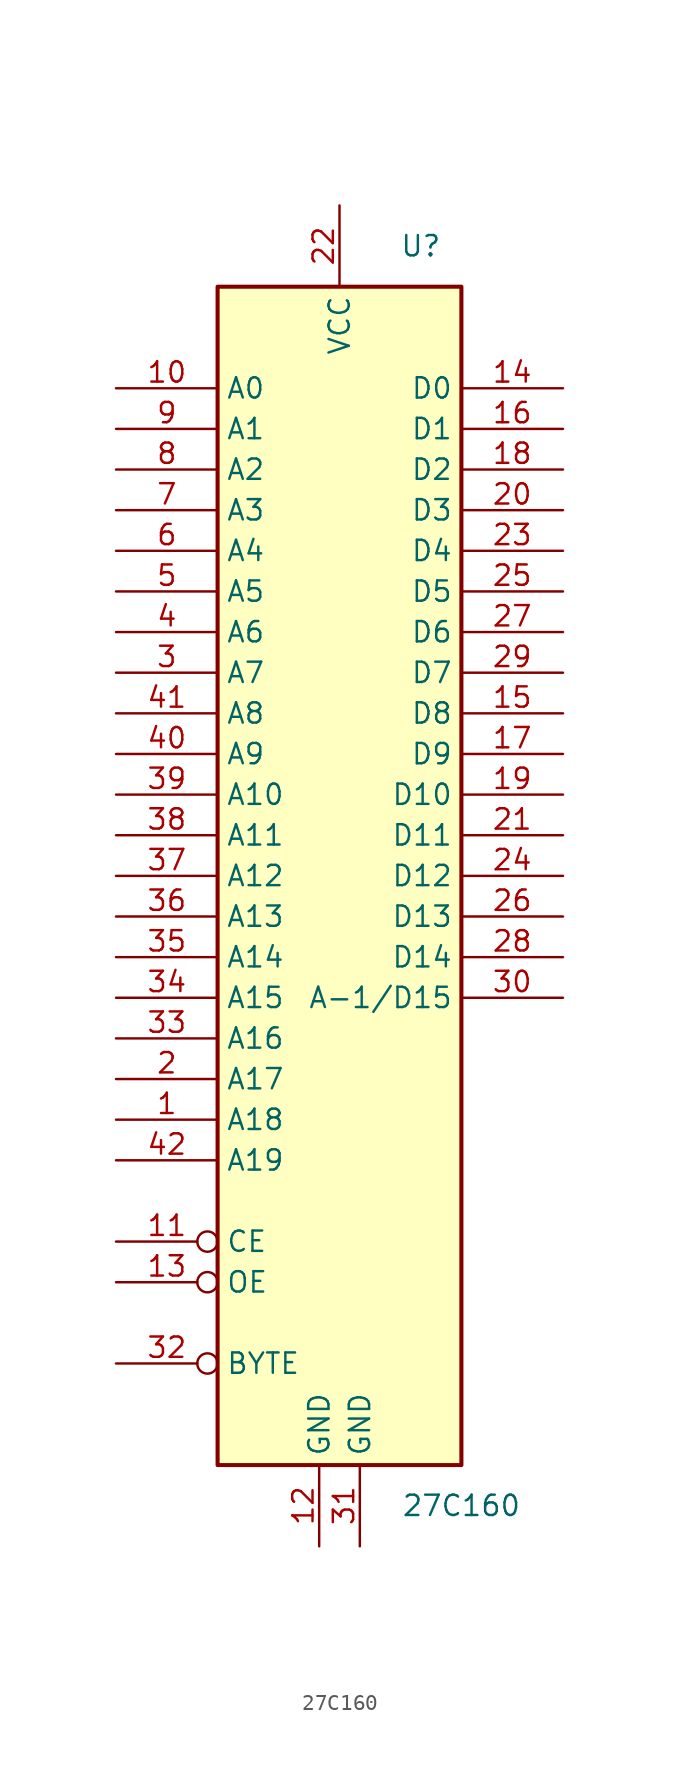
<source format=kicad_sym>
(kicad_symbol_lib
  (version 20220914)
  (generator kicad_symbol_editor)
  (symbol "27C160"
    (property "Reference" "U"
      (at 5.08 38.1 0)
      (effects (font (size 1.27 1.27))))
    (property "Value" "27C160"
      (at 7.62 -40.64 0)
      (effects (font (size 1.27 1.27))))
    (symbol "27C160_1_1"
      (rectangle (start -7.62 35.56) (end 7.62 -38.1) (stroke (width 0.254) (type default)) (fill (type background)))
      (pin input line (at -13.97 -16.51 0) (length 6.35) (name "A18" (effects (font (size 1.27 1.27)))) (number "1" (effects (font (size 1.27 1.27)))))
      (pin input line (at -13.97 29.21 0) (length 6.35) (name "A0" (effects (font (size 1.27 1.27)))) (number "10" (effects (font (size 1.27 1.27)))))
      (pin input inverted (at -13.97 -24.13 0) (length 6.35) (name "CE" (effects (font (size 1.27 1.27)))) (number "11" (effects (font (size 1.27 1.27)))))
      (pin power_in line (at -1.27 -43.18 90) (length 5.08) (name "GND" (effects (font (size 1.27 1.27)))) (number "12" (effects (font (size 1.27 1.27)))))
      (pin input inverted (at -13.97 -26.67 0) (length 6.35) (name "OE" (effects (font (size 1.27 1.27)))) (number "13" (effects (font (size 1.27 1.27)))))
      (pin tri_state line (at 13.97 29.21 180) (length 6.35) (name "D0" (effects (font (size 1.27 1.27)))) (number "14" (effects (font (size 1.27 1.27)))))
      (pin tri_state line (at 13.97 8.89 180) (length 6.35) (name "D8" (effects (font (size 1.27 1.27)))) (number "15" (effects (font (size 1.27 1.27)))))
      (pin tri_state line (at 13.97 26.67 180) (length 6.35) (name "D1" (effects (font (size 1.27 1.27)))) (number "16" (effects (font (size 1.27 1.27)))))
      (pin tri_state line (at 13.97 6.35 180) (length 6.35) (name "D9" (effects (font (size 1.27 1.27)))) (number "17" (effects (font (size 1.27 1.27)))))
      (pin tri_state line (at 13.97 24.13 180) (length 6.35) (name "D2" (effects (font (size 1.27 1.27)))) (number "18" (effects (font (size 1.27 1.27)))))
      (pin tri_state line (at 13.97 3.81 180) (length 6.35) (name "D10" (effects (font (size 1.27 1.27)))) (number "19" (effects (font (size 1.27 1.27)))))
      (pin input line (at -13.97 -13.97 0) (length 6.35) (name "A17" (effects (font (size 1.27 1.27)))) (number "2" (effects (font (size 1.27 1.27)))))
      (pin tri_state line (at 13.97 21.59 180) (length 6.35) (name "D3" (effects (font (size 1.27 1.27)))) (number "20" (effects (font (size 1.27 1.27)))))
      (pin tri_state line (at 13.97 1.27 180) (length 6.35) (name "D11" (effects (font (size 1.27 1.27)))) (number "21" (effects (font (size 1.27 1.27)))))
      (pin power_in line (at 0 40.64 270) (length 5.08) (name "VCC" (effects (font (size 1.27 1.27)))) (number "22" (effects (font (size 1.27 1.27)))))
      (pin tri_state line (at 13.97 19.05 180) (length 6.35) (name "D4" (effects (font (size 1.27 1.27)))) (number "23" (effects (font (size 1.27 1.27)))))
      (pin tri_state line (at 13.97 -1.27 180) (length 6.35) (name "D12" (effects (font (size 1.27 1.27)))) (number "24" (effects (font (size 1.27 1.27)))))
      (pin tri_state line (at 13.97 16.51 180) (length 6.35) (name "D5" (effects (font (size 1.27 1.27)))) (number "25" (effects (font (size 1.27 1.27)))))
      (pin tri_state line (at 13.97 -3.81 180) (length 6.35) (name "D13" (effects (font (size 1.27 1.27)))) (number "26" (effects (font (size 1.27 1.27)))))
      (pin tri_state line (at 13.97 13.97 180) (length 6.35) (name "D6" (effects (font (size 1.27 1.27)))) (number "27" (effects (font (size 1.27 1.27)))))
      (pin tri_state line (at 13.97 -6.35 180) (length 6.35) (name "D14" (effects (font (size 1.27 1.27)))) (number "28" (effects (font (size 1.27 1.27)))))
      (pin tri_state line (at 13.97 11.43 180) (length 6.35) (name "D7" (effects (font (size 1.27 1.27)))) (number "29" (effects (font (size 1.27 1.27)))))
      (pin input line (at -13.97 11.43 0) (length 6.35) (name "A7" (effects (font (size 1.27 1.27)))) (number "3" (effects (font (size 1.27 1.27)))))
      (pin passive line (at 13.97 -8.89 180) (length 6.35) (name "A-1/D15" (effects (font (size 1.27 1.27)))) (number "30" (effects (font (size 1.27 1.27)))))
      (pin power_in line (at 1.27 -43.18 90) (length 5.08) (name "GND" (effects (font (size 1.27 1.27)))) (number "31" (effects (font (size 1.27 1.27)))))
      (pin input inverted (at -13.97 -31.75 0) (length 6.35) (name "BYTE" (effects (font (size 1.27 1.27)))) (number "32" (effects (font (size 1.27 1.27)))))
      (pin input line (at -13.97 -11.43 0) (length 6.35) (name "A16" (effects (font (size 1.27 1.27)))) (number "33" (effects (font (size 1.27 1.27)))))
      (pin input line (at -13.97 -8.89 0) (length 6.35) (name "A15" (effects (font (size 1.27 1.27)))) (number "34" (effects (font (size 1.27 1.27)))))
      (pin input line (at -13.97 -6.35 0) (length 6.35) (name "A14" (effects (font (size 1.27 1.27)))) (number "35" (effects (font (size 1.27 1.27)))))
      (pin input line (at -13.97 -3.81 0) (length 6.35) (name "A13" (effects (font (size 1.27 1.27)))) (number "36" (effects (font (size 1.27 1.27)))))
      (pin input line (at -13.97 -1.27 0) (length 6.35) (name "A12" (effects (font (size 1.27 1.27)))) (number "37" (effects (font (size 1.27 1.27)))))
      (pin input line (at -13.97 1.27 0) (length 6.35) (name "A11" (effects (font (size 1.27 1.27)))) (number "38" (effects (font (size 1.27 1.27)))))
      (pin input line (at -13.97 3.81 0) (length 6.35) (name "A10" (effects (font (size 1.27 1.27)))) (number "39" (effects (font (size 1.27 1.27)))))
      (pin input line (at -13.97 13.97 0) (length 6.35) (name "A6" (effects (font (size 1.27 1.27)))) (number "4" (effects (font (size 1.27 1.27)))))
      (pin input line (at -13.97 6.35 0) (length 6.35) (name "A9" (effects (font (size 1.27 1.27)))) (number "40" (effects (font (size 1.27 1.27)))))
      (pin input line (at -13.97 8.89 0) (length 6.35) (name "A8" (effects (font (size 1.27 1.27)))) (number "41" (effects (font (size 1.27 1.27)))))
      (pin input line (at -13.97 -19.05 0) (length 6.35) (name "A19" (effects (font (size 1.27 1.27)))) (number "42" (effects (font (size 1.27 1.27)))))
      (pin input line (at -13.97 16.51 0) (length 6.35) (name "A5" (effects (font (size 1.27 1.27)))) (number "5" (effects (font (size 1.27 1.27)))))
      (pin input line (at -13.97 19.05 0) (length 6.35) (name "A4" (effects (font (size 1.27 1.27)))) (number "6" (effects (font (size 1.27 1.27)))))
      (pin input line (at -13.97 21.59 0) (length 6.35) (name "A3" (effects (font (size 1.27 1.27)))) (number "7" (effects (font (size 1.27 1.27)))))
      (pin input line (at -13.97 24.13 0) (length 6.35) (name "A2" (effects (font (size 1.27 1.27)))) (number "8" (effects (font (size 1.27 1.27)))))
      (pin input line (at -13.97 26.67 0) (length 6.35) (name "A1" (effects (font (size 1.27 1.27)))) (number "9" (effects (font (size 1.27 1.27))))))))
</source>
